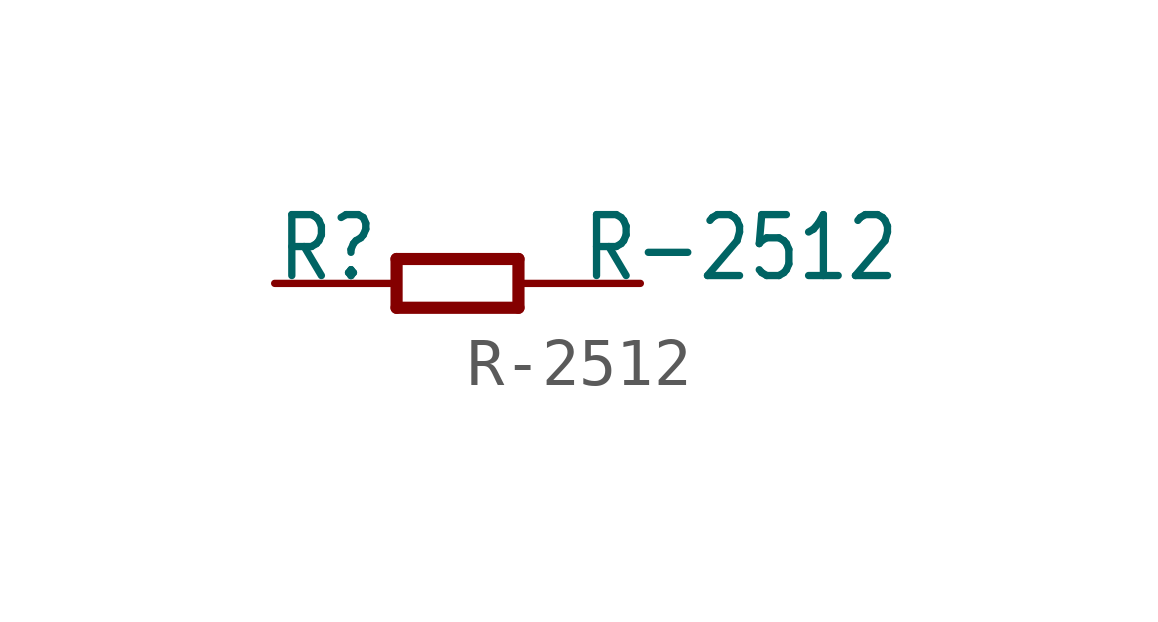
<source format=kicad_sym>
(kicad_symbol_lib
  (version 20211014)
  (generator kicad_symbol_editor)
  (symbol "R-2512"
    (property "Reference" "R"
      (at -3.81 0 0)
      (effects (font (size 1.27 1.079)) (justify left bottom)))
    (property "Value" "R-2512"
      (at 2.54 0 0)
      (effects (font (size 1.27 1.079)) (justify left bottom)))
    (property "ki_locked" ""
      (at 0 0 0)
      (effects (font (size 1.27 1.27))))
    (symbol "R-2512_1_0"
      (polyline (pts (xy -1.27 -0.508) (xy -1.27 0.508)) (stroke (width 0.254) (type default) (color 0 0 0 0)) (fill (type none)))
      (polyline (pts (xy -1.27 0.508) (xy 1.27 0.508)) (stroke (width 0.254) (type default) (color 0 0 0 0)) (fill (type none)))
      (polyline (pts (xy 1.27 -0.508) (xy -1.27 -0.508)) (stroke (width 0.254) (type default) (color 0 0 0 0)) (fill (type none)))
      (polyline (pts (xy 1.27 0.508) (xy 1.27 -0.508)) (stroke (width 0.254) (type default) (color 0 0 0 0)) (fill (type none)))
      (pin passive line (at -3.81 0 0) (length 2.54) (name "1" (effects (font (size 0 0)))) (number "1" (effects (font (size 0 0)))))
      (pin passive line (at 3.81 0 180) (length 2.54) (name "2" (effects (font (size 0 0)))) (number "2" (effects (font (size 0 0))))))))
</source>
